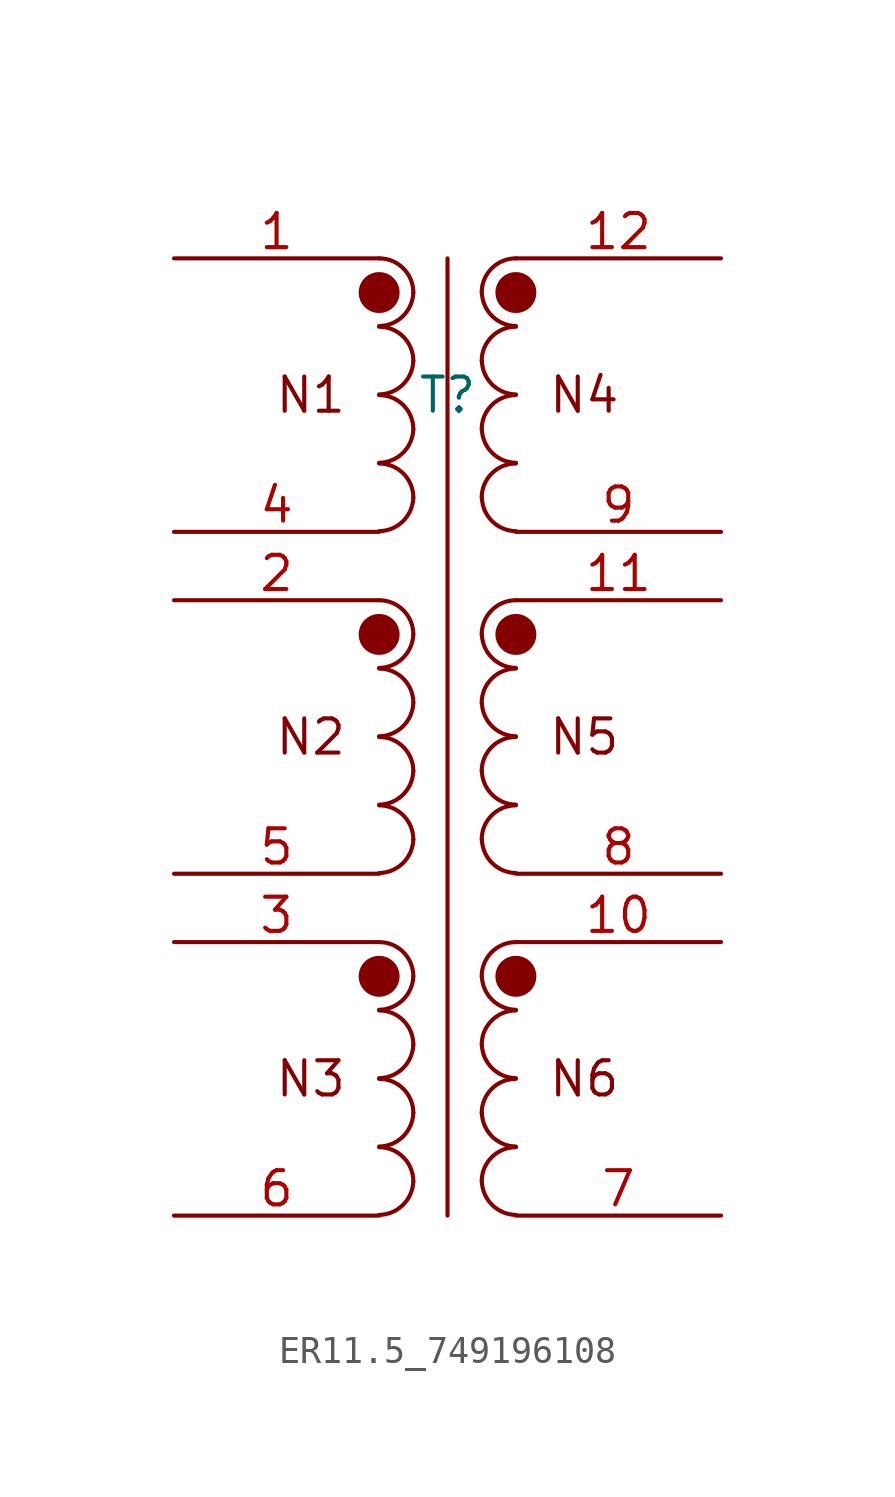
<source format=kicad_sym>
(kicad_symbol_lib
  (version 20220914)
  (generator kicad_symbol_editor)
  (symbol "ER11.5_749196108"
    (pin_names hide)
    (property "Reference" "T"
      (at 0 12.7 0)
      (effects (font (size 1.27 1.27))))
    (property "Critical Parameter" ""
      (at 0 -5.08 0)
      (effects (font (size 1.27 1.27)) (justify left)))
    (symbol "ER11.5_749196108_0_1"
      (arc (start -2.54 -17.7546) (mid -1.6561 -17.3863) (end -1.27 -16.51) (stroke (width 0) (type default)) (fill (type none)))
      (arc (start -2.54 -15.2146) (mid -1.6561 -14.8463) (end -1.27 -13.97) (stroke (width 0) (type default)) (fill (type none)))
      (arc (start -2.54 -12.6746) (mid -1.6561 -12.3063) (end -1.27 -11.43) (stroke (width 0) (type default)) (fill (type none)))
      (arc (start -2.54 -10.1346) (mid -1.6561 -9.7663) (end -1.27 -8.89) (stroke (width 0) (type default)) (fill (type none)))
      (arc (start -2.54 -5.0546) (mid -1.6561 -4.6863) (end -1.27 -3.81) (stroke (width 0) (type default)) (fill (type none)))
      (arc (start -2.54 -2.5146) (mid -1.6561 -2.1463) (end -1.27 -1.27) (stroke (width 0) (type default)) (fill (type none)))
      (arc (start -2.54 0.0254) (mid -1.6561 0.3937) (end -1.27 1.27) (stroke (width 0) (type default)) (fill (type none)))
      (arc (start -2.54 2.5654) (mid -1.6561 2.9337) (end -1.27 3.81) (stroke (width 0) (type default)) (fill (type none)))
      (arc (start -2.54 7.6454) (mid -1.6561 8.0137) (end -1.27 8.89) (stroke (width 0) (type default)) (fill (type none)))
      (arc (start -2.54 10.1854) (mid -1.6561 10.5537) (end -1.27 11.43) (stroke (width 0) (type default)) (fill (type none)))
      (arc (start -2.54 12.7254) (mid -1.6561 13.0937) (end -1.27 13.97) (stroke (width 0) (type default)) (fill (type none)))
      (arc (start -2.54 15.2654) (mid -1.6561 15.6337) (end -1.27 16.51) (stroke (width 0) (type default)) (fill (type none)))
      (arc (start -1.27 -16.51) (mid -1.642 -15.612) (end -2.54 -15.24) (stroke (width 0) (type default)) (fill (type none)))
      (arc (start -1.27 -13.97) (mid -1.642 -13.072) (end -2.54 -12.7) (stroke (width 0) (type default)) (fill (type none)))
      (arc (start -1.27 -11.43) (mid -1.642 -10.532) (end -2.54 -10.16) (stroke (width 0) (type default)) (fill (type none)))
      (arc (start -1.27 -8.89) (mid -1.642 -7.992) (end -2.54 -7.62) (stroke (width 0) (type default)) (fill (type none)))
      (arc (start -1.27 -3.81) (mid -1.642 -2.912) (end -2.54 -2.54) (stroke (width 0) (type default)) (fill (type none)))
      (arc (start -1.27 -1.27) (mid -1.642 -0.372) (end -2.54 0) (stroke (width 0) (type default)) (fill (type none)))
      (arc (start -1.27 1.27) (mid -1.642 2.168) (end -2.54 2.54) (stroke (width 0) (type default)) (fill (type none)))
      (arc (start -1.27 3.81) (mid -1.642 4.708) (end -2.54 5.08) (stroke (width 0) (type default)) (fill (type none)))
      (arc (start -1.27 8.89) (mid -1.642 9.788) (end -2.54 10.16) (stroke (width 0) (type default)) (fill (type none)))
      (arc (start -1.27 11.43) (mid -1.642 12.328) (end -2.54 12.7) (stroke (width 0) (type default)) (fill (type none)))
      (arc (start -1.27 13.97) (mid -1.642 14.868) (end -2.54 15.24) (stroke (width 0) (type default)) (fill (type none)))
      (arc (start -1.27 16.51) (mid -1.642 17.408) (end -2.54 17.78) (stroke (width 0) (type default)) (fill (type none)))
      (polyline (pts (xy 0 -17.78) (xy 0 17.78)) (stroke (width 0) (type default)) (fill (type none)))
      (arc (start 1.27 -16.51) (mid 1.6561 -17.3863) (end 2.54 -17.7546) (stroke (width 0) (type default)) (fill (type none)))
      (arc (start 1.27 -13.97) (mid 1.6561 -14.8463) (end 2.54 -15.2146) (stroke (width 0) (type default)) (fill (type none)))
      (arc (start 1.27 -11.43) (mid 1.6561 -12.3063) (end 2.54 -12.6746) (stroke (width 0) (type default)) (fill (type none)))
      (arc (start 1.27 -8.89) (mid 1.6561 -9.7663) (end 2.54 -10.1346) (stroke (width 0) (type default)) (fill (type none)))
      (arc (start 1.27 -3.81) (mid 1.6561 -4.6863) (end 2.54 -5.0546) (stroke (width 0) (type default)) (fill (type none)))
      (arc (start 1.27 -1.27) (mid 1.6561 -2.1463) (end 2.54 -2.5146) (stroke (width 0) (type default)) (fill (type none)))
      (arc (start 1.27 1.27) (mid 1.6561 0.3937) (end 2.54 0.0254) (stroke (width 0) (type default)) (fill (type none)))
      (arc (start 1.27 3.81) (mid 1.6561 2.9337) (end 2.54 2.5654) (stroke (width 0) (type default)) (fill (type none)))
      (arc (start 1.27 8.89) (mid 1.6561 8.0137) (end 2.54 7.6454) (stroke (width 0) (type default)) (fill (type none)))
      (arc (start 1.27 11.43) (mid 1.6561 10.5537) (end 2.54 10.1854) (stroke (width 0) (type default)) (fill (type none)))
      (arc (start 1.27 13.97) (mid 1.6561 13.0937) (end 2.54 12.7254) (stroke (width 0) (type default)) (fill (type none)))
      (arc (start 1.27 16.51) (mid 1.6561 15.6337) (end 2.54 15.2654) (stroke (width 0) (type default)) (fill (type none)))
      (arc (start 2.54 -15.24) (mid 1.642 -15.612) (end 1.27 -16.51) (stroke (width 0) (type default)) (fill (type none)))
      (arc (start 2.54 -12.7) (mid 1.642 -13.072) (end 1.27 -13.97) (stroke (width 0) (type default)) (fill (type none)))
      (arc (start 2.54 -10.16) (mid 1.642 -10.532) (end 1.27 -11.43) (stroke (width 0) (type default)) (fill (type none)))
      (arc (start 2.54 -7.62) (mid 1.642 -7.992) (end 1.27 -8.89) (stroke (width 0) (type default)) (fill (type none)))
      (arc (start 2.54 -2.54) (mid 1.642 -2.912) (end 1.27 -3.81) (stroke (width 0) (type default)) (fill (type none)))
      (arc (start 2.54 0) (mid 1.642 -0.372) (end 1.27 -1.27) (stroke (width 0) (type default)) (fill (type none)))
      (arc (start 2.54 2.54) (mid 1.642 2.168) (end 1.27 1.27) (stroke (width 0) (type default)) (fill (type none)))
      (arc (start 2.54 5.08) (mid 1.642 4.708) (end 1.27 3.81) (stroke (width 0) (type default)) (fill (type none)))
      (arc (start 2.54 10.16) (mid 1.642 9.788) (end 1.27 8.89) (stroke (width 0) (type default)) (fill (type none)))
      (arc (start 2.54 12.7) (mid 1.642 12.328) (end 1.27 11.43) (stroke (width 0) (type default)) (fill (type none)))
      (arc (start 2.54 15.24) (mid 1.642 14.868) (end 1.27 13.97) (stroke (width 0) (type default)) (fill (type none)))
      (arc (start 2.54 17.78) (mid 1.642 17.408) (end 1.27 16.51) (stroke (width 0) (type default)) (fill (type none))))
    (symbol "ER11.5_749196108_1_1"
      (circle (center -2.54 -8.89) (radius 0.0001) (stroke (width 0.762) (type default)) (fill (type none)))
      (circle (center -2.54 3.81) (radius 0.0001) (stroke (width 0.762) (type default)) (fill (type none)))
      (circle (center -2.54 16.51) (radius 0.0001) (stroke (width 0.762) (type default)) (fill (type none)))
      (circle (center 2.54 -8.89) (radius 0.0001) (stroke (width 0.762) (type default)) (fill (type none)))
      (circle (center 2.54 3.81) (radius 0.0001) (stroke (width 0.762) (type default)) (fill (type none)))
      (circle (center 2.54 16.51) (radius 0.0001) (stroke (width 0.762) (type default)) (fill (type none)))
      (text "N1" (at -5.08 12.7 0) (effects (font (size 1.27 1.27))))
      (text "N2" (at -5.08 0 0) (effects (font (size 1.27 1.27))))
      (text "N3" (at -5.08 -12.7 0) (effects (font (size 1.27 1.27))))
      (text "N4" (at 5.08 12.7 0) (effects (font (size 1.27 1.27))))
      (text "N5" (at 5.08 0 0) (effects (font (size 1.27 1.27))))
      (text "N6" (at 5.08 -12.7 0) (effects (font (size 1.27 1.27))))
      (pin passive line (at -10.16 17.78 0) (length 7.62) (name "1" (effects (font (size 1.27 1.27)))) (number "1" (effects (font (size 1.27 1.27)))))
      (pin passive line (at -10.16 7.62 0) (length 7.62) (name "4" (effects (font (size 1.27 1.27)))) (number "4" (effects (font (size 1.27 1.27)))))
      (pin passive line (at -10.16 5.08 0) (length 7.62) (name "2" (effects (font (size 1.27 1.27)))) (number "2" (effects (font (size 1.27 1.27)))))
      (pin passive line (at -10.16 -5.08 0) (length 7.62) (name "5" (effects (font (size 1.27 1.27)))) (number "5" (effects (font (size 1.27 1.27)))))
      (pin passive line (at -10.16 -7.62 0) (length 7.62) (name "3" (effects (font (size 1.27 1.27)))) (number "3" (effects (font (size 1.27 1.27)))))
      (pin passive line (at -10.16 -17.78 0) (length 7.62) (name "6" (effects (font (size 1.27 1.27)))) (number "6" (effects (font (size 1.27 1.27)))))
      (pin passive line (at 10.16 -17.78 180) (length 7.62) (name "7" (effects (font (size 1.27 1.27)))) (number "7" (effects (font (size 1.27 1.27)))))
      (pin passive line (at 10.16 -7.62 180) (length 7.62) (name "10" (effects (font (size 1.27 1.27)))) (number "10" (effects (font (size 1.27 1.27)))))
      (pin passive line (at 10.16 -5.08 180) (length 7.62) (name "8" (effects (font (size 1.27 1.27)))) (number "8" (effects (font (size 1.27 1.27)))))
      (pin passive line (at 10.16 5.08 180) (length 7.62) (name "11" (effects (font (size 1.27 1.27)))) (number "11" (effects (font (size 1.27 1.27)))))
      (pin passive line (at 10.16 7.62 180) (length 7.62) (name "9" (effects (font (size 1.27 1.27)))) (number "9" (effects (font (size 1.27 1.27)))))
      (pin passive line (at 10.16 17.78 180) (length 7.62) (name "12" (effects (font (size 1.27 1.27)))) (number "12" (effects (font (size 1.27 1.27))))))))
</source>
